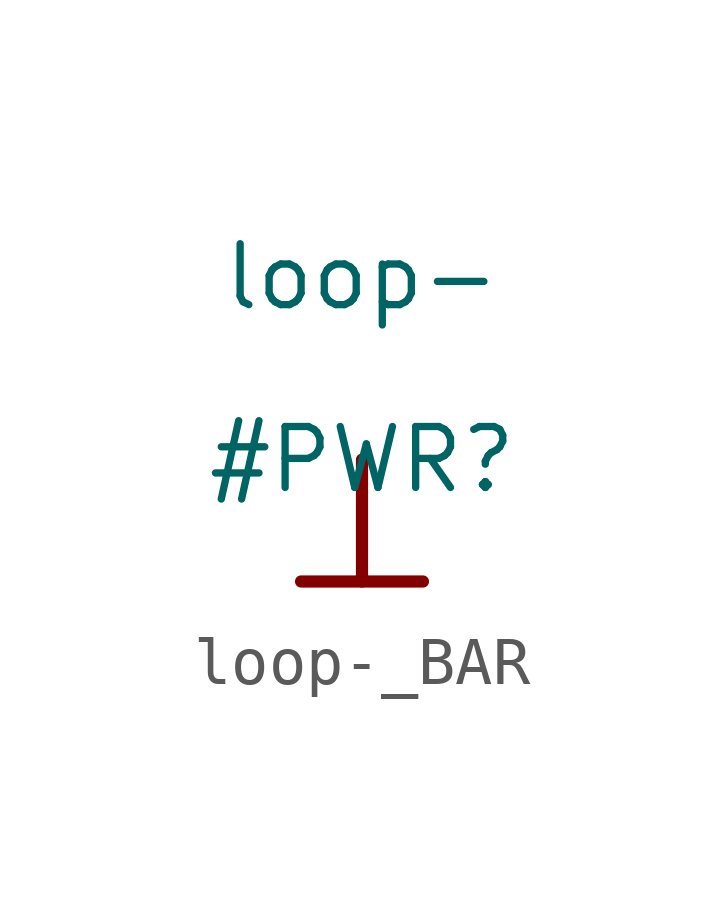
<source format=kicad_sym>
(kicad_symbol_lib
  (version 20231120)
  (generator "kicad_symbol_editor")
  (generator_version "8.0")
  (symbol "loop-_BAR"
    (power)
    (property "Reference" "#PWR"
      (at 0 0 0)
      (effects (font (size 1.27 1.27))))
    (property "Value" "loop-"
      (at 0 3.81 0)
      (effects (font (size 1.27 1.27))))
    (symbol "loop-_BAR_0_0"
      (polyline (pts (xy -1.27 -2.54) (xy 1.27 -2.54)) (stroke (width 0.254) (type solid)) (fill (type none)))
      (polyline (pts (xy 0 0) (xy 0 -2.54)) (stroke (width 0.254) (type solid)) (fill (type none)))
      (pin power_in line (at 0 0 0) (length 0) hide (name "loop-" (effects (font (size 1.27 1.27)))) (number "" (effects (font (size 1.27 1.27))))))))
</source>
